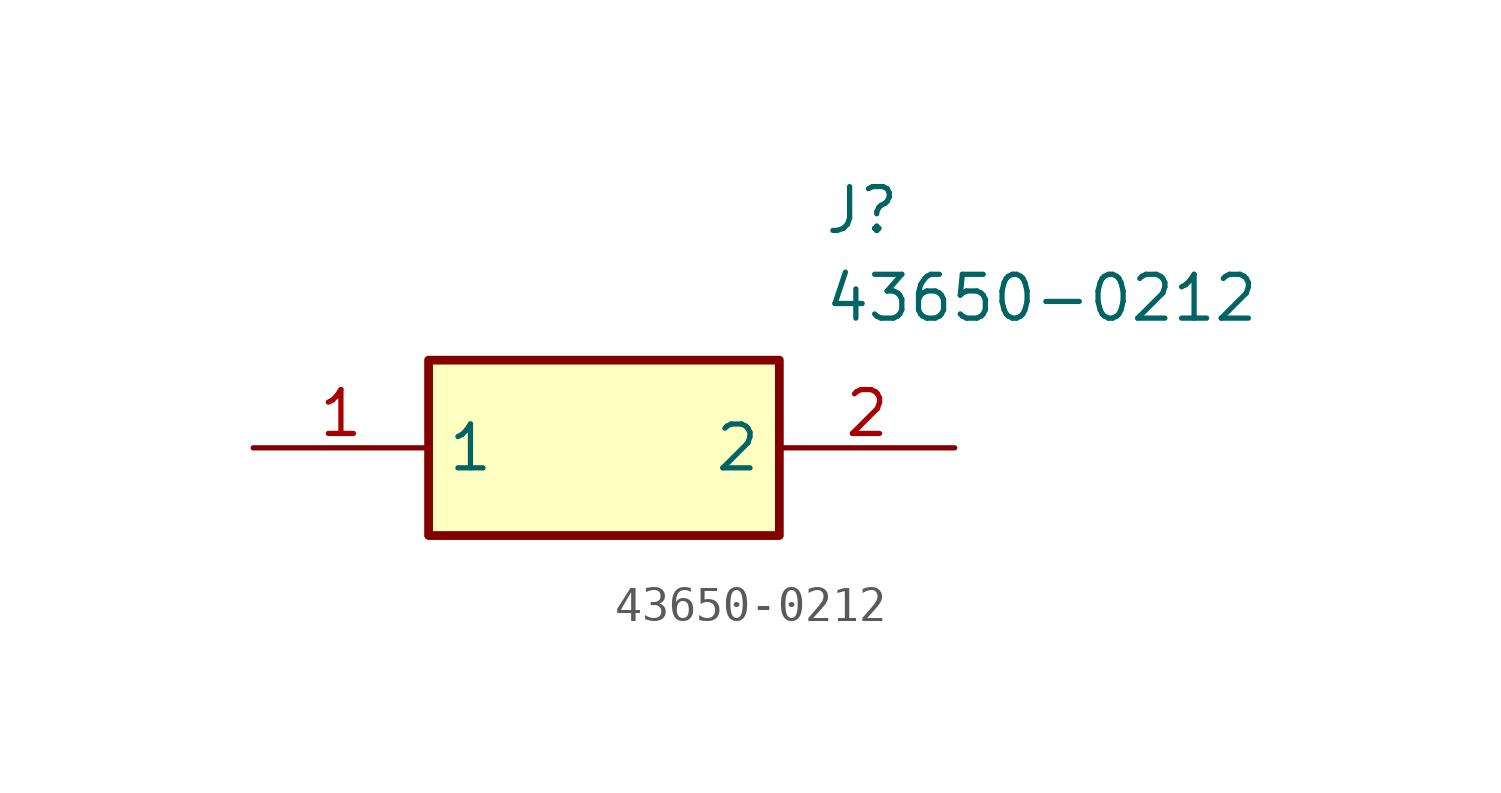
<source format=kicad_sym>
(kicad_symbol_lib
  (version 20211014)
  (generator SamacSys_ECAD_Model)
  (symbol "43650-0212"
    (property "Reference" "J"
      (at 16.51 7.62 0)
      (effects (font (size 1.27 1.27)) (justify left top)))
    (property "Value" "43650-0212"
      (at 16.51 5.08 0)
      (effects (font (size 1.27 1.27)) (justify left top)))
    (rectangle
      (start 5.08 2.54)
      (end 15.24 -2.54)
      (stroke (width 0.254) (type default))
      (fill (type background)))
    (pin passive line
      (at 0 0 0)
      (length 5.08)
      (name "1" (effects (font (size 1.27 1.27))))
      (number "1" (effects (font (size 1.27 1.27)))))
    (pin passive line
      (at 20.32 0 180)
      (length 5.08)
      (name "2" (effects (font (size 1.27 1.27))))
      (number "2" (effects (font (size 1.27 1.27)))))))
</source>
